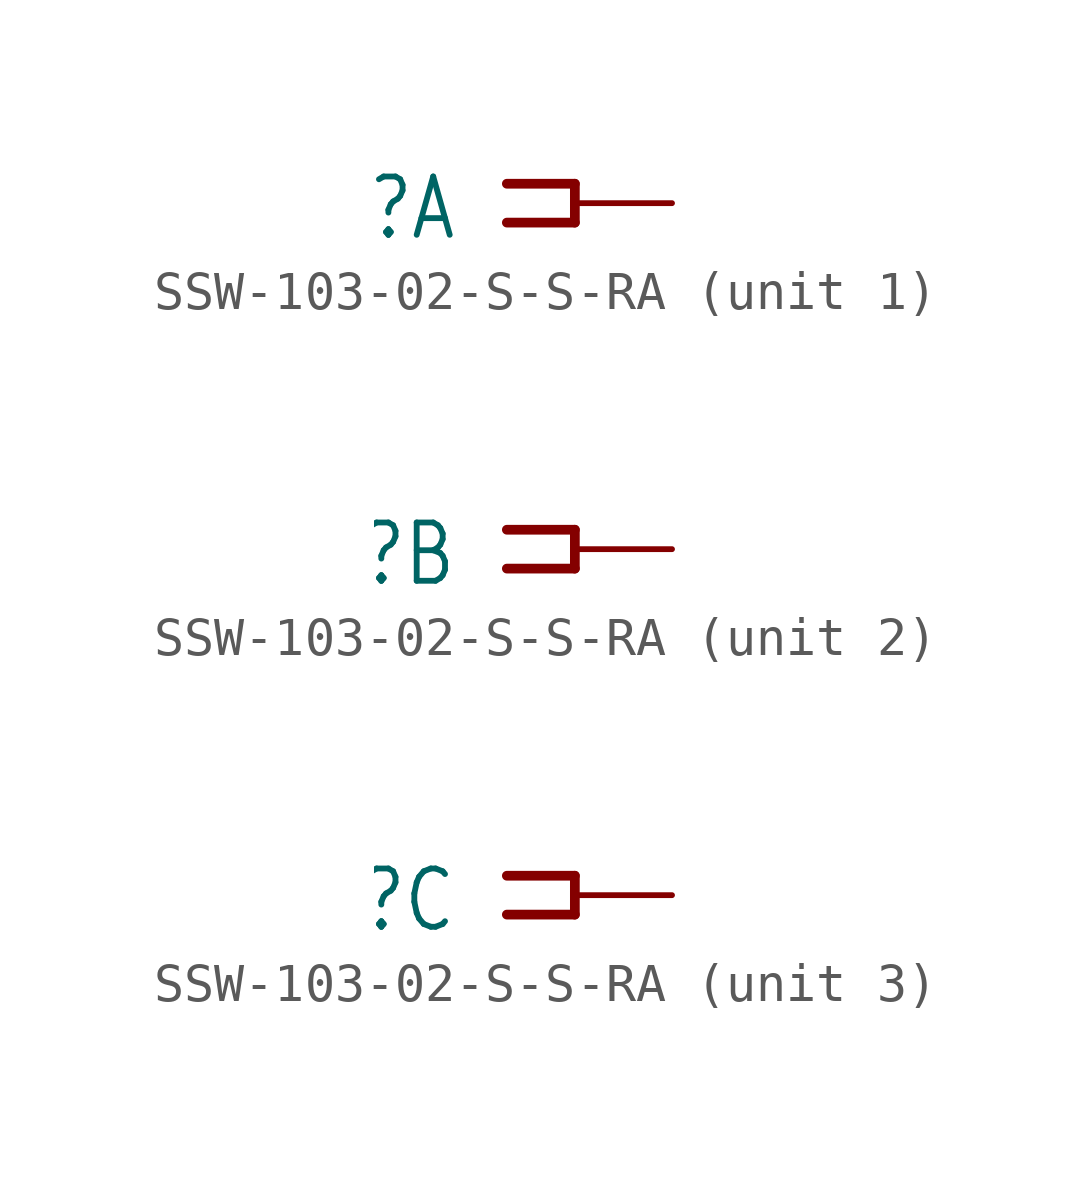
<source format=kicad_sym>
(kicad_symbol_lib
  (version 20220914)
  (generator kicad_symbol_editor)
  (symbol "SSW-103-02-S-S-RA"
    (property "Reference" "X"
      (at -3.048 0.762 0)
      (effects (font (size 1.524 1.295)) (justify right top)))
    (property "ki_locked" ""
      (at 0 0 0)
      (effects (font (size 1.27 1.27))))
    (symbol "SSW-103-02-S-S-RA_1_0"
      (polyline (pts (xy -1.778 0.508) (xy 0 0.508)) (stroke (width 0.254) (type solid)) (fill (type none)))
      (polyline (pts (xy 0 -0.508) (xy -1.778 -0.508)) (stroke (width 0.254) (type solid)) (fill (type none)))
      (polyline (pts (xy 0 0.508) (xy 0 -0.508)) (stroke (width 0.254) (type solid)) (fill (type none)))
      (pin passive line (at 2.54 0 180) (length 2.54) (name "1" (effects (font (size 0 0)))) (number "1" (effects (font (size 0 0))))))
    (symbol "SSW-103-02-S-S-RA_2_0"
      (polyline (pts (xy -1.778 0.508) (xy 0 0.508)) (stroke (width 0.254) (type solid)) (fill (type none)))
      (polyline (pts (xy 0 -0.508) (xy -1.778 -0.508)) (stroke (width 0.254) (type solid)) (fill (type none)))
      (polyline (pts (xy 0 0.508) (xy 0 -0.508)) (stroke (width 0.254) (type solid)) (fill (type none)))
      (pin passive line (at 2.54 0 180) (length 2.54) (name "1" (effects (font (size 0 0)))) (number "2" (effects (font (size 0 0))))))
    (symbol "SSW-103-02-S-S-RA_3_0"
      (polyline (pts (xy -1.778 0.508) (xy 0 0.508)) (stroke (width 0.254) (type solid)) (fill (type none)))
      (polyline (pts (xy 0 -0.508) (xy -1.778 -0.508)) (stroke (width 0.254) (type solid)) (fill (type none)))
      (polyline (pts (xy 0 0.508) (xy 0 -0.508)) (stroke (width 0.254) (type solid)) (fill (type none)))
      (pin passive line (at 2.54 0 180) (length 2.54) (name "1" (effects (font (size 0 0)))) (number "3" (effects (font (size 0 0))))))))
</source>
